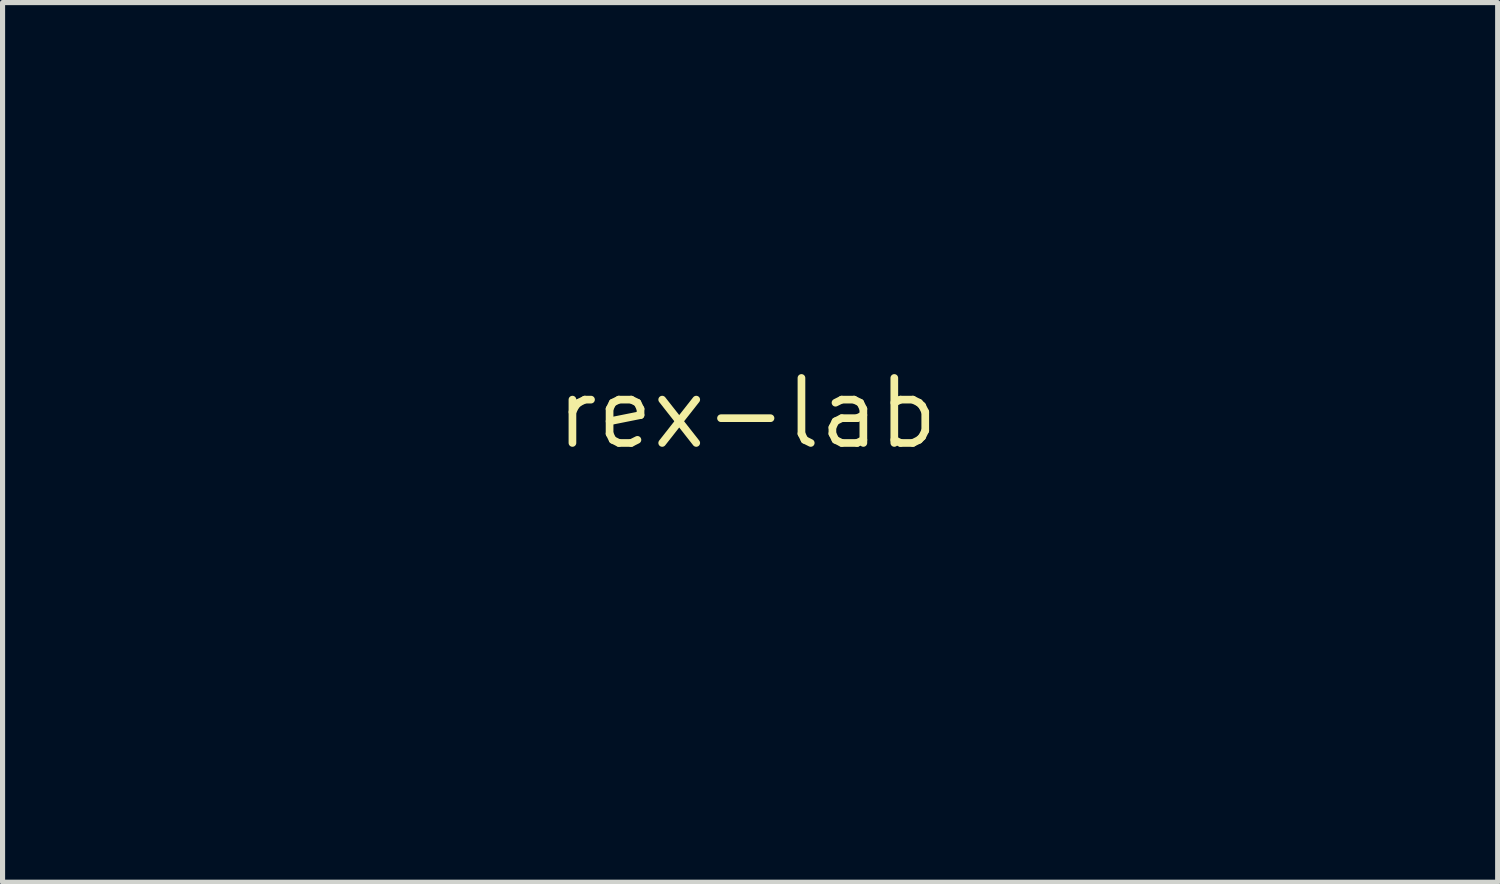
<source format=kicad_pcb>
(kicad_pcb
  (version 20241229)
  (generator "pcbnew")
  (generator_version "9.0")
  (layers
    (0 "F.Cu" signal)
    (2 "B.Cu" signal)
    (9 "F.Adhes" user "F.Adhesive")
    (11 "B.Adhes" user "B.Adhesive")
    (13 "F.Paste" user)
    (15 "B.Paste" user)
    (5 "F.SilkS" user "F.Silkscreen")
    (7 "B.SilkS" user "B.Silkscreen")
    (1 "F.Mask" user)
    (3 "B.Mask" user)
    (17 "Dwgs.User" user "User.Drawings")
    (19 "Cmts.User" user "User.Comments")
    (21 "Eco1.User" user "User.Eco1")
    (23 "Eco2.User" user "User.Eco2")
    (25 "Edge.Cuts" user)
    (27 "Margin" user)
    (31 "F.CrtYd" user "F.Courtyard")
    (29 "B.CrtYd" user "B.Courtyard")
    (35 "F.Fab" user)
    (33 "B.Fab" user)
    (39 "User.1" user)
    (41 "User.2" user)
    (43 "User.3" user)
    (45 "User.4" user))
  (footprint "rex-lab"
    (layer "F.Cu")
    (at 11.553 5.026)
    (property "Reference" "rex-lab" (at 0 0 0) (layer "F.SilkS") (effects (font (size 1.27 1.27) (thickness 0.15))))
    (attr through_hole)
    (fp_poly (pts (xy 1.194 -2.883) (xy 0.572 -2.883) (xy 0.572 -3.289) (xy 1.194 -3.289) (xy 1.194 -2.883)) (stroke (width 0.01) (type solid)) (fill yes) (layer "F.Mask"))
    (fp_poly (pts (xy 7.125 1.143) (xy 6.502 1.143) (xy 6.502 0.737) (xy 7.125 0.737) (xy 7.125 1.143)) (stroke (width 0.01) (type solid)) (fill yes) (layer "F.Mask"))
    (fp_poly (pts (xy -10.058 -4.293) (xy -10.566 -4.293) (xy -10.566 -3.239) (xy -10.058 -3.239) (xy -10.058 -2.527) (xy -10.566 -2.527) (xy -10.566 -1.168) (xy -11.532 -1.168) (xy -11.532 -5.004) (xy -11.205 -5.004) (xy -11.103 -5.004) (xy -10.983 -5.005) (xy -10.852 -5.006) (xy -10.718 -5.008) (xy -10.587 -5.01) (xy -10.468 -5.012) (xy -10.058 -5.021) (xy -10.058 -4.293)) (stroke (width 0.01) (type solid)) (fill yes) (layer "F.Mask"))
    (fp_poly (pts (xy -8.344 1.333) (xy -8.913 1.333) (xy -9.34 0.963) (xy -9.428 0.886) (xy -9.511 0.814) (xy -9.585 0.748) (xy -9.649 0.691) (xy -9.701 0.644) (xy -9.739 0.609) (xy -9.761 0.588) (xy -9.766 0.582) (xy -9.754 0.58) (xy -9.719 0.578) (xy -9.662 0.576) (xy -9.587 0.575) (xy -9.496 0.574) (xy -9.391 0.573) (xy -9.274 0.572) (xy -9.147 0.572) (xy -9.055 0.572) (xy -8.344 0.572) (xy -8.344 1.333)) (stroke (width 0.01) (type solid)) (fill yes) (layer "F.Mask"))
    (fp_poly (pts (xy 7.125 2.016) (xy 7.125 2.187) (xy 7.126 2.334) (xy 7.127 2.461) (xy 7.129 2.568) (xy 7.131 2.658) (xy 7.134 2.733) (xy 7.137 2.794) (xy 7.142 2.845) (xy 7.147 2.887) (xy 7.154 2.923) (xy 7.158 2.942) (xy 7.166 2.972) (xy 6.461 2.972) (xy 6.47 2.931) (xy 6.478 2.874) (xy 6.485 2.796) (xy 6.492 2.699) (xy 6.496 2.587) (xy 6.5 2.464) (xy 6.502 2.332) (xy 6.503 2.195) (xy 6.503 2.056) (xy 6.501 1.919) (xy 6.499 1.788) (xy 6.494 1.665) (xy 6.489 1.554) (xy 6.483 1.458) (xy 6.475 1.381) (xy 6.47 1.349) (xy 6.461 1.295) (xy 7.125 1.295) (xy 7.125 2.016)) (stroke (width 0.01) (type solid)) (fill yes) (layer "F.Mask"))
    (fp_poly (pts (xy 1.194 -2.035) (xy 1.194 -1.866) (xy 1.195 -1.719) (xy 1.196 -1.594) (xy 1.198 -1.488) (xy 1.2 -1.399) (xy 1.203 -1.325) (xy 1.207 -1.264) (xy 1.211 -1.214) (xy 1.217 -1.172) (xy 1.224 -1.137) (xy 1.227 -1.122) (xy 1.235 -1.092) (xy 0.544 -1.092) (xy 0.554 -1.159) (xy 0.557 -1.186) (xy 0.559 -1.236) (xy 0.56 -1.305) (xy 0.562 -1.391) (xy 0.563 -1.49) (xy 0.564 -1.6) (xy 0.565 -1.718) (xy 0.565 -1.84) (xy 0.565 -1.964) (xy 0.565 -2.087) (xy 0.564 -2.206) (xy 0.563 -2.318) (xy 0.562 -2.42) (xy 0.561 -2.508) (xy 0.559 -2.581) (xy 0.557 -2.635) (xy 0.555 -2.668) (xy 0.555 -2.67) (xy 0.544 -2.743) (xy 1.194 -2.743) (xy 1.194 -2.035)) (stroke (width 0.01) (type solid)) (fill yes) (layer "F.Mask"))
    (fp_poly (pts (xy -1.672 1.794) (xy -1.672 1.959) (xy -1.671 2.118) (xy -1.669 2.269) (xy -1.668 2.408) (xy -1.667 2.536) (xy -1.665 2.649) (xy -1.664 2.745) (xy -1.662 2.824) (xy -1.661 2.882) (xy -1.659 2.919) (xy -1.658 2.931) (xy -1.648 2.972) (xy -2.345 2.972) (xy -2.328 2.873) (xy -2.325 2.843) (xy -2.322 2.791) (xy -2.32 2.719) (xy -2.318 2.629) (xy -2.317 2.524) (xy -2.315 2.406) (xy -2.314 2.278) (xy -2.314 2.142) (xy -2.314 2.001) (xy -2.314 1.856) (xy -2.314 1.711) (xy -2.315 1.567) (xy -2.316 1.428) (xy -2.317 1.295) (xy -2.319 1.17) (xy -2.32 1.057) (xy -2.323 0.958) (xy -2.325 0.875) (xy -2.328 0.81) (xy -2.33 0.766) (xy -2.333 0.746) (xy -2.347 0.699) (xy -1.677 0.699) (xy -1.672 1.794)) (stroke (width 0.01) (type solid)) (fill yes) (layer "F.Mask"))
    (fp_poly (pts (xy -5.024 0.238) (xy -5.049 0.276) (xy -5.085 0.332) (xy -5.13 0.403) (xy -5.182 0.484) (xy -5.238 0.572) (xy -5.296 0.663) (xy -5.324 0.708) (xy -5.553 1.067) (xy -6.253 1.066) (xy -6.953 1.066) (xy -7.264 0.614) (xy -7.33 0.519) (xy -7.392 0.429) (xy -7.448 0.348) (xy -7.496 0.277) (xy -7.536 0.219) (xy -7.565 0.176) (xy -7.582 0.151) (xy -7.586 0.145) (xy -7.586 0.14) (xy -7.578 0.136) (xy -7.56 0.133) (xy -7.53 0.131) (xy -7.486 0.13) (xy -7.425 0.129) (xy -7.346 0.129) (xy -7.246 0.129) (xy -7.124 0.13) (xy -7.11 0.13) (xy -6.624 0.133) (xy -6.524 0.318) (xy -6.48 0.397) (xy -6.432 0.485) (xy -6.385 0.573) (xy -6.343 0.65) (xy -6.334 0.665) (xy -6.246 0.828) (xy -5.866 0.127) (xy -4.953 0.127) (xy -5.024 0.238)) (stroke (width 0.01) (type solid)) (fill yes) (layer "F.Mask"))
    (fp_poly (pts (xy -8.204 -0.102) (xy -10.376 -0.102) (xy -10.376 -0.025) (xy -10.377 0.015) (xy -10.381 0.042) (xy -10.385 0.05) (xy -10.397 0.042) (xy -10.425 0.018) (xy -10.469 -0.019) (xy -10.526 -0.068) (xy -10.596 -0.128) (xy -10.675 -0.197) (xy -10.763 -0.273) (xy -10.858 -0.355) (xy -10.899 -0.391) (xy -10.996 -0.476) (xy -11.087 -0.556) (xy -11.171 -0.629) (xy -11.246 -0.695) (xy -11.31 -0.751) (xy -11.361 -0.796) (xy -11.397 -0.828) (xy -11.416 -0.845) (xy -11.419 -0.848) (xy -11.417 -0.85) (xy -11.405 -0.852) (xy -11.383 -0.854) (xy -11.348 -0.856) (xy -11.3 -0.857) (xy -11.238 -0.859) (xy -11.161 -0.86) (xy -11.067 -0.861) (xy -10.956 -0.862) (xy -10.826 -0.862) (xy -10.677 -0.863) (xy -10.506 -0.863) (xy -10.314 -0.863) (xy -10.099 -0.864) (xy -9.859 -0.864) (xy -9.82 -0.864) (xy -8.204 -0.864) (xy -8.204 -0.102)) (stroke (width 0.01) (type solid)) (fill yes) (layer "F.Mask"))
    (fp_poly (pts (xy -11.489 -0.398) (xy -11.462 -0.376) (xy -11.421 -0.341) (xy -11.37 -0.296) (xy -11.31 -0.244) (xy -11.274 -0.213) (xy -11.159 -0.111) (xy -11.026 0.006) (xy -10.876 0.136) (xy -10.711 0.279) (xy -10.533 0.434) (xy -10.342 0.599) (xy -10.14 0.772) (xy -9.954 0.932) (xy -9.863 1.01) (xy -9.779 1.083) (xy -9.703 1.149) (xy -9.637 1.207) (xy -9.583 1.255) (xy -9.543 1.291) (xy -9.519 1.314) (xy -9.512 1.322) (xy -9.525 1.325) (xy -9.56 1.327) (xy -9.615 1.33) (xy -9.688 1.331) (xy -9.776 1.333) (xy -9.876 1.333) (xy -9.95 1.333) (xy -10.389 1.333) (xy -10.389 2.235) (xy -8.456 2.235) (xy -8.015 2.61) (xy -8.014 2.997) (xy -11.506 2.997) (xy -11.506 1.295) (xy -11.506 1.09) (xy -11.506 0.891) (xy -11.506 0.701) (xy -11.505 0.521) (xy -11.505 0.353) (xy -11.505 0.197) (xy -11.504 0.056) (xy -11.504 -0.069) (xy -11.503 -0.176) (xy -11.502 -0.265) (xy -11.502 -0.334) (xy -11.501 -0.38) (xy -11.5 -0.404) (xy -11.5 -0.406) (xy -11.489 -0.398)) (stroke (width 0.01) (type solid)) (fill yes) (layer "F.Mask"))
    (fp_poly (pts (xy -10.79 3.902) (xy -10.8 3.934) (xy -10.811 3.973) (xy -10.812 3.975) (xy -10.815 3.997) (xy -10.817 4.044) (xy -10.82 4.113) (xy -10.822 4.206) (xy -10.824 4.319) (xy -10.826 4.453) (xy -10.827 4.607) (xy -10.829 4.779) (xy -10.83 4.937) (xy -10.834 5.855) (xy -10.354 5.854) (xy -10.223 5.854) (xy -10.114 5.853) (xy -10.023 5.852) (xy -9.948 5.85) (xy -9.886 5.846) (xy -9.832 5.842) (xy -9.783 5.836) (xy -9.737 5.828) (xy -9.69 5.818) (xy -9.651 5.809) (xy -9.617 5.802) (xy -9.64 5.939) (xy -9.651 6) (xy -9.66 6.056) (xy -9.668 6.099) (xy -9.671 6.118) (xy -9.679 6.16) (xy -11.548 6.16) (xy -11.54 6.118) (xy -11.534 6.082) (xy -11.525 6.034) (xy -11.52 6.001) (xy -11.517 5.972) (xy -11.514 5.918) (xy -11.512 5.841) (xy -11.51 5.742) (xy -11.509 5.621) (xy -11.508 5.481) (xy -11.507 5.321) (xy -11.506 5.142) (xy -11.506 5.016) (xy -11.507 4.827) (xy -11.507 4.655) (xy -11.508 4.501) (xy -11.509 4.367) (xy -11.511 4.254) (xy -11.513 4.163) (xy -11.515 4.094) (xy -11.518 4.048) (xy -11.52 4.032) (xy -11.528 3.983) (xy -11.536 3.937) (xy -11.54 3.915) (xy -11.548 3.873) (xy -10.781 3.873) (xy -10.79 3.902)) (stroke (width 0.01) (type solid)) (fill yes) (layer "F.Mask"))
    (fp_poly (pts (xy -5.81 1.448) (xy -5.338 2.188) (xy -5.259 2.312) (xy -5.183 2.431) (xy -5.113 2.541) (xy -5.049 2.643) (xy -4.992 2.733) (xy -4.944 2.809) (xy -4.905 2.871) (xy -4.877 2.917) (xy -4.861 2.943) (xy -4.857 2.95) (xy -4.856 2.956) (xy -4.86 2.96) (xy -4.871 2.964) (xy -4.892 2.967) (xy -4.924 2.969) (xy -4.971 2.97) (xy -5.034 2.971) (xy -5.117 2.971) (xy -5.221 2.972) (xy -5.298 2.972) (xy -5.747 2.971) (xy -5.993 2.533) (xy -6.047 2.437) (xy -6.097 2.348) (xy -6.143 2.269) (xy -6.182 2.202) (xy -6.213 2.15) (xy -6.234 2.114) (xy -6.246 2.097) (xy -6.247 2.096) (xy -6.255 2.106) (xy -6.274 2.137) (xy -6.303 2.184) (xy -6.34 2.247) (xy -6.385 2.322) (xy -6.435 2.408) (xy -6.49 2.502) (xy -6.509 2.534) (xy -6.763 2.972) (xy -7.229 2.972) (xy -7.336 2.972) (xy -7.433 2.971) (xy -7.519 2.97) (xy -7.592 2.97) (xy -7.647 2.968) (xy -7.683 2.967) (xy -7.696 2.966) (xy -7.696 2.966) (xy -7.69 2.954) (xy -7.671 2.923) (xy -7.641 2.875) (xy -7.602 2.811) (xy -7.554 2.734) (xy -7.5 2.647) (xy -7.439 2.55) (xy -7.374 2.446) (xy -7.368 2.436) (xy -7.282 2.3) (xy -7.198 2.168) (xy -7.117 2.041) (xy -7.04 1.922) (xy -6.969 1.812) (xy -6.904 1.714) (xy -6.847 1.629) (xy -6.799 1.559) (xy -6.762 1.507) (xy -6.737 1.474) (xy -6.734 1.47) (xy -6.727 1.464) (xy -6.716 1.459) (xy -6.699 1.456) (xy -6.673 1.453) (xy -6.635 1.451) (xy -6.582 1.449) (xy -6.514 1.448) (xy -6.426 1.448) (xy -6.316 1.448) (xy -6.262 1.448) (xy -5.81 1.448)) (stroke (width 0.01) (type solid)) (fill yes) (layer "F.Mask"))
    (fp_poly (pts (xy -0.396 -3.148) (xy -0.389 -3.141) (xy -0.385 -3.124) (xy -0.383 -3.094) (xy -0.381 -3.048) (xy -0.381 -2.981) (xy -0.381 -2.946) (xy -0.381 -2.743) (xy 0.216 -2.743) (xy 0.216 -2.489) (xy -0.381 -2.489) (xy -0.381 -1.991) (xy -0.381 -1.857) (xy -0.38 -1.739) (xy -0.378 -1.638) (xy -0.376 -1.556) (xy -0.373 -1.495) (xy -0.37 -1.456) (xy -0.368 -1.445) (xy -0.357 -1.416) (xy -0.342 -1.394) (xy -0.319 -1.379) (xy -0.285 -1.369) (xy -0.235 -1.363) (xy -0.167 -1.36) (xy -0.077 -1.359) (xy -0.074 -1.359) (xy 0.066 -1.362) (xy 0.185 -1.369) (xy 0.282 -1.381) (xy 0.337 -1.392) (xy 0.365 -1.399) (xy 0.341 -1.274) (xy 0.331 -1.218) (xy 0.321 -1.168) (xy 0.314 -1.132) (xy 0.311 -1.121) (xy 0.304 -1.092) (xy -0.188 -1.093) (xy -0.315 -1.093) (xy -0.419 -1.093) (xy -0.504 -1.094) (xy -0.571 -1.095) (xy -0.623 -1.097) (xy -0.663 -1.1) (xy -0.694 -1.103) (xy -0.717 -1.108) (xy -0.737 -1.113) (xy -0.744 -1.115) (xy -0.819 -1.149) (xy -0.878 -1.196) (xy -0.927 -1.26) (xy -0.956 -1.317) (xy -0.963 -1.332) (xy -0.968 -1.348) (xy -0.973 -1.366) (xy -0.977 -1.39) (xy -0.98 -1.421) (xy -0.982 -1.463) (xy -0.984 -1.517) (xy -0.985 -1.586) (xy -0.986 -1.673) (xy -0.987 -1.78) (xy -0.988 -1.909) (xy -0.988 -1.934) (xy -0.992 -2.489) (xy -1.308 -2.489) (xy -1.308 -2.743) (xy -0.991 -2.743) (xy -0.991 -3.071) (xy -0.956 -3.078) (xy -0.93 -3.083) (xy -0.885 -3.089) (xy -0.826 -3.097) (xy -0.757 -3.107) (xy -0.684 -3.116) (xy -0.61 -3.126) (xy -0.54 -3.134) (xy -0.481 -3.142) (xy -0.435 -3.147) (xy -0.408 -3.149) (xy -0.404 -3.15) (xy -0.396 -3.148)) (stroke (width 0.01) (type solid)) (fill yes) (layer "F.Mask"))
    (fp_poly (pts (xy 2.223 1.679) (xy 2.188 1.672) (xy 2.132 1.663) (xy 2.058 1.655) (xy 1.971 1.648) (xy 1.879 1.643) (xy 1.787 1.64) (xy 1.703 1.64) (xy 1.683 1.64) (xy 1.613 1.642) (xy 1.564 1.645) (xy 1.531 1.648) (xy 1.51 1.654) (xy 1.496 1.662) (xy 1.485 1.674) (xy 1.485 1.675) (xy 1.479 1.683) (xy 1.474 1.694) (xy 1.47 1.71) (xy 1.467 1.733) (xy 1.464 1.766) (xy 1.463 1.811) (xy 1.462 1.871) (xy 1.461 1.948) (xy 1.461 2.044) (xy 1.461 2.162) (xy 1.461 2.221) (xy 1.461 2.372) (xy 1.462 2.501) (xy 1.464 2.609) (xy 1.467 2.699) (xy 1.471 2.773) (xy 1.476 2.835) (xy 1.483 2.885) (xy 1.49 2.927) (xy 1.494 2.942) (xy 1.501 2.972) (xy 0.797 2.972) (xy 0.805 2.931) (xy 0.814 2.874) (xy 0.821 2.796) (xy 0.827 2.699) (xy 0.832 2.588) (xy 0.836 2.464) (xy 0.838 2.332) (xy 0.839 2.195) (xy 0.838 2.056) (xy 0.837 1.919) (xy 0.834 1.787) (xy 0.83 1.664) (xy 0.825 1.553) (xy 0.818 1.457) (xy 0.811 1.38) (xy 0.805 1.343) (xy 0.797 1.295) (xy 1.1 1.298) (xy 1.197 1.3) (xy 1.271 1.301) (xy 1.326 1.303) (xy 1.364 1.306) (xy 1.388 1.309) (xy 1.401 1.314) (xy 1.405 1.32) (xy 1.406 1.321) (xy 1.409 1.345) (xy 1.415 1.382) (xy 1.416 1.39) (xy 1.424 1.44) (xy 1.444 1.399) (xy 1.471 1.363) (xy 1.511 1.333) (xy 1.516 1.33) (xy 1.534 1.321) (xy 1.552 1.314) (xy 1.575 1.309) (xy 1.605 1.306) (xy 1.646 1.303) (xy 1.702 1.301) (xy 1.776 1.299) (xy 1.871 1.298) (xy 1.895 1.298) (xy 2.223 1.294) (xy 2.223 1.679)) (stroke (width 0.01) (type solid)) (fill yes) (layer "F.Mask"))
    (fp_poly (pts (xy 5.517 0.888) (xy 5.52 0.922) (xy 5.523 0.972) (xy 5.524 1.035) (xy 5.524 1.086) (xy 5.524 1.295) (xy 6.121 1.295) (xy 6.121 1.562) (xy 5.524 1.562) (xy 5.524 2.075) (xy 5.525 2.221) (xy 5.526 2.346) (xy 5.528 2.45) (xy 5.53 2.53) (xy 5.533 2.588) (xy 5.537 2.621) (xy 5.538 2.626) (xy 5.55 2.652) (xy 5.567 2.672) (xy 5.593 2.687) (xy 5.631 2.697) (xy 5.683 2.702) (xy 5.753 2.704) (xy 5.844 2.703) (xy 5.885 2.702) (xy 5.967 2.699) (xy 6.044 2.695) (xy 6.112 2.69) (xy 6.165 2.685) (xy 6.195 2.68) (xy 6.234 2.673) (xy 6.262 2.67) (xy 6.27 2.672) (xy 6.272 2.68) (xy 6.271 2.699) (xy 6.266 2.733) (xy 6.258 2.783) (xy 6.244 2.854) (xy 6.234 2.905) (xy 6.221 2.972) (xy 5.711 2.971) (xy 5.583 2.971) (xy 5.477 2.971) (xy 5.392 2.97) (xy 5.324 2.969) (xy 5.271 2.967) (xy 5.23 2.965) (xy 5.2 2.962) (xy 5.176 2.958) (xy 5.157 2.953) (xy 5.139 2.947) (xy 5.138 2.946) (xy 5.069 2.908) (xy 5.005 2.851) (xy 4.954 2.783) (xy 4.938 2.751) (xy 4.931 2.735) (xy 4.925 2.719) (xy 4.92 2.701) (xy 4.917 2.678) (xy 4.914 2.648) (xy 4.911 2.609) (xy 4.909 2.557) (xy 4.908 2.49) (xy 4.907 2.407) (xy 4.906 2.304) (xy 4.905 2.179) (xy 4.905 2.124) (xy 4.901 1.562) (xy 4.572 1.562) (xy 4.572 1.295) (xy 4.902 1.295) (xy 4.902 1.124) (xy 4.903 1.052) (xy 4.905 1.002) (xy 4.908 0.971) (xy 4.913 0.956) (xy 4.919 0.953) (xy 4.936 0.951) (xy 4.974 0.946) (xy 5.03 0.939) (xy 5.1 0.93) (xy 5.179 0.92) (xy 5.22 0.914) (xy 5.302 0.903) (xy 5.376 0.894) (xy 5.437 0.886) (xy 5.483 0.88) (xy 5.509 0.877) (xy 5.514 0.876) (xy 5.517 0.888)) (stroke (width 0.01) (type solid)) (fill yes) (layer "F.Mask"))
    (fp_poly (pts (xy -9.554 -4.999) (xy -9.347 -4.979) (xy -9.156 -4.942) (xy -8.98 -4.889) (xy -8.821 -4.821) (xy -8.68 -4.738) (xy -8.557 -4.64) (xy -8.454 -4.529) (xy -8.372 -4.405) (xy -8.32 -4.294) (xy -8.287 -4.2) (xy -8.263 -4.112) (xy -8.248 -4.023) (xy -8.24 -3.926) (xy -8.237 -3.811) (xy -8.237 -3.797) (xy -8.244 -3.628) (xy -8.263 -3.479) (xy -8.297 -3.347) (xy -8.345 -3.23) (xy -8.408 -3.125) (xy -8.488 -3.031) (xy -8.507 -3.013) (xy -8.572 -2.957) (xy -8.654 -2.896) (xy -8.747 -2.834) (xy -8.845 -2.776) (xy -8.894 -2.75) (xy -8.938 -2.726) (xy -8.972 -2.705) (xy -8.99 -2.691) (xy -8.991 -2.688) (xy -8.985 -2.676) (xy -8.968 -2.643) (xy -8.94 -2.592) (xy -8.902 -2.524) (xy -8.856 -2.441) (xy -8.803 -2.346) (xy -8.743 -2.239) (xy -8.678 -2.124) (xy -8.609 -2.001) (xy -8.572 -1.937) (xy -8.501 -1.81) (xy -8.433 -1.69) (xy -8.37 -1.578) (xy -8.313 -1.476) (xy -8.262 -1.385) (xy -8.219 -1.309) (xy -8.185 -1.248) (xy -8.161 -1.204) (xy -8.148 -1.18) (xy -8.146 -1.176) (xy -8.146 -1.171) (xy -8.152 -1.167) (xy -8.166 -1.163) (xy -8.19 -1.161) (xy -8.227 -1.159) (xy -8.278 -1.158) (xy -8.346 -1.157) (xy -8.433 -1.156) (xy -8.541 -1.156) (xy -8.665 -1.156) (xy -9.193 -1.156) (xy -9.218 -1.197) (xy -9.23 -1.217) (xy -9.252 -1.257) (xy -9.284 -1.313) (xy -9.324 -1.384) (xy -9.37 -1.465) (xy -9.42 -1.554) (xy -9.473 -1.648) (xy -9.703 -2.059) (xy -9.703 -2.655) (xy -9.703 -2.775) (xy -9.702 -2.888) (xy -9.701 -2.989) (xy -9.7 -3.078) (xy -9.699 -3.151) (xy -9.697 -3.206) (xy -9.695 -3.24) (xy -9.693 -3.251) (xy -9.677 -3.254) (xy -9.643 -3.261) (xy -9.6 -3.269) (xy -9.484 -3.305) (xy -9.387 -3.357) (xy -9.309 -3.425) (xy -9.25 -3.509) (xy -9.212 -3.607) (xy -9.196 -3.719) (xy -9.195 -3.752) (xy -9.205 -3.876) (xy -9.235 -3.984) (xy -9.284 -4.076) (xy -9.353 -4.152) (xy -9.44 -4.211) (xy -9.546 -4.252) (xy -9.615 -4.268) (xy -9.703 -4.284) (xy -9.703 -5.008) (xy -9.554 -4.999)) (stroke (width 0.01) (type solid)) (fill yes) (layer "F.Mask"))
    (fp_poly (pts (xy 3.162 -2.652) (xy 3.171 -2.597) (xy 3.181 -2.545) (xy 3.188 -2.509) (xy 3.194 -2.476) (xy 3.196 -2.457) (xy 3.196 -2.455) (xy 3.183 -2.455) (xy 3.15 -2.457) (xy 3.103 -2.462) (xy 3.066 -2.465) (xy 3.021 -2.468) (xy 2.954 -2.471) (xy 2.872 -2.473) (xy 2.777 -2.474) (xy 2.674 -2.475) (xy 2.568 -2.474) (xy 2.535 -2.474) (xy 2.131 -2.47) (xy 2.107 -2.44) (xy 2.101 -2.431) (xy 2.096 -2.42) (xy 2.092 -2.404) (xy 2.089 -2.38) (xy 2.087 -2.347) (xy 2.085 -2.301) (xy 2.084 -2.24) (xy 2.083 -2.162) (xy 2.083 -2.064) (xy 2.083 -1.944) (xy 2.083 -1.911) (xy 2.083 -1.412) (xy 2.117 -1.384) (xy 2.126 -1.378) (xy 2.137 -1.372) (xy 2.151 -1.368) (xy 2.17 -1.364) (xy 2.199 -1.362) (xy 2.238 -1.361) (xy 2.291 -1.36) (xy 2.36 -1.36) (xy 2.448 -1.36) (xy 2.557 -1.361) (xy 2.647 -1.362) (xy 2.758 -1.364) (xy 2.862 -1.365) (xy 2.956 -1.367) (xy 3.037 -1.37) (xy 3.101 -1.372) (xy 3.147 -1.375) (xy 3.171 -1.377) (xy 3.173 -1.378) (xy 3.195 -1.383) (xy 3.199 -1.373) (xy 3.196 -1.364) (xy 3.191 -1.341) (xy 3.183 -1.301) (xy 3.174 -1.248) (xy 3.168 -1.216) (xy 3.147 -1.092) (xy 2.459 -1.093) (xy 2.328 -1.094) (xy 2.204 -1.095) (xy 2.089 -1.096) (xy 1.986 -1.097) (xy 1.897 -1.098) (xy 1.825 -1.1) (xy 1.772 -1.102) (xy 1.74 -1.104) (xy 1.734 -1.105) (xy 1.644 -1.139) (xy 1.571 -1.191) (xy 1.517 -1.262) (xy 1.496 -1.306) (xy 1.489 -1.324) (xy 1.483 -1.342) (xy 1.478 -1.361) (xy 1.475 -1.386) (xy 1.472 -1.417) (xy 1.47 -1.458) (xy 1.468 -1.512) (xy 1.468 -1.58) (xy 1.467 -1.666) (xy 1.467 -1.772) (xy 1.467 -1.901) (xy 1.467 -1.911) (xy 1.467 -2.053) (xy 1.467 -2.173) (xy 1.469 -2.271) (xy 1.471 -2.352) (xy 1.475 -2.417) (xy 1.481 -2.468) (xy 1.489 -2.509) (xy 1.499 -2.542) (xy 1.512 -2.569) (xy 1.528 -2.592) (xy 1.548 -2.615) (xy 1.568 -2.635) (xy 1.589 -2.656) (xy 1.608 -2.673) (xy 1.627 -2.688) (xy 1.649 -2.701) (xy 1.676 -2.711) (xy 1.71 -2.719) (xy 1.753 -2.725) (xy 1.807 -2.73) (xy 1.874 -2.733) (xy 1.956 -2.736) (xy 2.055 -2.737) (xy 2.174 -2.739) (xy 2.315 -2.74) (xy 2.447 -2.74) (xy 3.147 -2.744) (xy 3.162 -2.652)) (stroke (width 0.01) (type solid)) (fill yes) (layer "F.Mask"))
    (fp_poly (pts (xy -2.068 -2.741) (xy -1.964 -2.739) (xy -1.883 -2.737) (xy -1.824 -2.734) (xy -1.789 -2.73) (xy -1.698 -2.705) (xy -1.625 -2.663) (xy -1.568 -2.604) (xy -1.551 -2.576) (xy -1.535 -2.546) (xy -1.522 -2.515) (xy -1.511 -2.48) (xy -1.503 -2.439) (xy -1.496 -2.39) (xy -1.492 -2.328) (xy -1.489 -2.253) (xy -1.488 -2.162) (xy -1.488 -2.051) (xy -1.488 -1.918) (xy -1.489 -1.859) (xy -1.49 -1.725) (xy -1.492 -1.614) (xy -1.494 -1.522) (xy -1.498 -1.449) (xy -1.503 -1.39) (xy -1.51 -1.343) (xy -1.52 -1.306) (xy -1.532 -1.276) (xy -1.548 -1.25) (xy -1.568 -1.226) (xy -1.591 -1.201) (xy -1.599 -1.194) (xy -1.62 -1.173) (xy -1.64 -1.155) (xy -1.661 -1.14) (xy -1.686 -1.128) (xy -1.715 -1.118) (xy -1.752 -1.11) (xy -1.798 -1.104) (xy -1.856 -1.099) (xy -1.928 -1.096) (xy -2.015 -1.094) (xy -2.12 -1.093) (xy -2.246 -1.093) (xy -2.393 -1.093) (xy -2.484 -1.093) (xy -2.633 -1.093) (xy -2.759 -1.093) (xy -2.864 -1.094) (xy -2.951 -1.094) (xy -3.021 -1.096) (xy -3.076 -1.097) (xy -3.12 -1.099) (xy -3.153 -1.102) (xy -3.179 -1.105) (xy -3.199 -1.109) (xy -3.216 -1.114) (xy -3.222 -1.116) (xy -3.301 -1.152) (xy -3.361 -1.202) (xy -3.407 -1.269) (xy -3.412 -1.279) (xy -3.448 -1.353) (xy -3.452 -1.891) (xy -3.452 -2.004) (xy -2.843 -2.004) (xy -2.842 -1.882) (xy -2.838 -1.407) (xy -2.808 -1.383) (xy -2.797 -1.375) (xy -2.783 -1.37) (xy -2.762 -1.365) (xy -2.732 -1.362) (xy -2.688 -1.36) (xy -2.629 -1.359) (xy -2.549 -1.359) (xy -2.475 -1.359) (xy -2.171 -1.359) (xy -2.108 -1.421) (xy -2.108 -1.916) (xy -2.108 -2.041) (xy -2.109 -2.144) (xy -2.109 -2.226) (xy -2.11 -2.29) (xy -2.112 -2.339) (xy -2.114 -2.375) (xy -2.117 -2.4) (xy -2.12 -2.418) (xy -2.125 -2.43) (xy -2.131 -2.439) (xy -2.132 -2.44) (xy -2.141 -2.45) (xy -2.151 -2.457) (xy -2.166 -2.463) (xy -2.189 -2.467) (xy -2.225 -2.469) (xy -2.275 -2.471) (xy -2.343 -2.473) (xy -2.434 -2.474) (xy -2.436 -2.474) (xy -2.544 -2.475) (xy -2.63 -2.475) (xy -2.696 -2.472) (xy -2.745 -2.467) (xy -2.78 -2.459) (xy -2.804 -2.448) (xy -2.82 -2.432) (xy -2.83 -2.412) (xy -2.832 -2.403) (xy -2.837 -2.374) (xy -2.84 -2.32) (xy -2.842 -2.24) (xy -2.843 -2.135) (xy -2.843 -2.004) (xy -3.452 -2.004) (xy -3.453 -2.025) (xy -3.453 -2.136) (xy -3.453 -2.226) (xy -3.452 -2.299) (xy -3.451 -2.356) (xy -3.449 -2.4) (xy -3.446 -2.435) (xy -3.443 -2.461) (xy -3.438 -2.483) (xy -3.434 -2.498) (xy -3.397 -2.576) (xy -3.34 -2.644) (xy -3.269 -2.696) (xy -3.249 -2.707) (xy -3.181 -2.737) (xy -2.528 -2.741) (xy -2.35 -2.741) (xy -2.197 -2.741) (xy -2.068 -2.741)) (stroke (width 0.01) (type solid)) (fill yes) (layer "F.Mask"))
    (fp_poly (pts (xy -0.304 1.295) (xy -0.184 1.296) (xy -0.07 1.297) (xy 0.035 1.298) (xy 0.127 1.3) (xy 0.205 1.303) (xy 0.265 1.306) (xy 0.304 1.309) (xy 0.311 1.31) (xy 0.396 1.337) (xy 0.464 1.381) (xy 0.519 1.445) (xy 0.546 1.491) (xy 0.591 1.579) (xy 0.591 2.126) (xy 0.59 2.27) (xy 0.59 2.39) (xy 0.589 2.491) (xy 0.587 2.573) (xy 0.583 2.639) (xy 0.577 2.692) (xy 0.57 2.734) (xy 0.56 2.768) (xy 0.547 2.795) (xy 0.531 2.819) (xy 0.511 2.842) (xy 0.488 2.866) (xy 0.484 2.87) (xy 0.463 2.891) (xy 0.443 2.908) (xy 0.423 2.923) (xy 0.401 2.936) (xy 0.373 2.946) (xy 0.339 2.954) (xy 0.296 2.96) (xy 0.242 2.964) (xy 0.174 2.968) (xy 0.092 2.97) (xy -0.008 2.971) (xy -0.127 2.971) (xy -0.268 2.971) (xy -0.411 2.971) (xy -0.565 2.971) (xy -0.695 2.97) (xy -0.804 2.97) (xy -0.895 2.969) (xy -0.968 2.968) (xy -1.027 2.966) (xy -1.073 2.964) (xy -1.108 2.961) (xy -1.135 2.958) (xy -1.156 2.954) (xy -1.173 2.95) (xy -1.175 2.949) (xy -1.243 2.915) (xy -1.305 2.861) (xy -1.355 2.795) (xy -1.379 2.742) (xy -1.385 2.724) (xy -1.39 2.704) (xy -1.394 2.68) (xy -1.397 2.649) (xy -1.399 2.608) (xy -1.401 2.556) (xy -1.402 2.49) (xy -1.403 2.407) (xy -1.403 2.304) (xy -1.403 2.179) (xy -1.403 2.139) (xy -0.775 2.139) (xy -0.775 2.652) (xy -0.741 2.679) (xy -0.729 2.687) (xy -0.716 2.693) (xy -0.696 2.698) (xy -0.668 2.701) (xy -0.628 2.703) (xy -0.573 2.705) (xy -0.499 2.705) (xy -0.406 2.705) (xy -0.311 2.705) (xy -0.237 2.704) (xy -0.183 2.703) (xy -0.143 2.701) (xy -0.116 2.698) (xy -0.097 2.693) (xy -0.083 2.687) (xy -0.072 2.679) (xy -0.038 2.652) (xy -0.038 1.614) (xy -0.066 1.595) (xy -0.079 1.588) (xy -0.098 1.583) (xy -0.128 1.58) (xy -0.17 1.577) (xy -0.228 1.576) (xy -0.306 1.575) (xy -0.406 1.575) (xy -0.409 1.575) (xy -0.507 1.575) (xy -0.583 1.575) (xy -0.639 1.576) (xy -0.68 1.578) (xy -0.708 1.581) (xy -0.727 1.586) (xy -0.739 1.591) (xy -0.748 1.599) (xy -0.749 1.6) (xy -0.756 1.607) (xy -0.761 1.617) (xy -0.765 1.63) (xy -0.768 1.651) (xy -0.771 1.681) (xy -0.772 1.722) (xy -0.773 1.778) (xy -0.774 1.851) (xy -0.775 1.942) (xy -0.775 2.055) (xy -0.775 2.139) (xy -1.403 2.139) (xy -1.403 2.126) (xy -1.403 1.579) (xy -1.359 1.491) (xy -1.31 1.414) (xy -1.249 1.36) (xy -1.174 1.323) (xy -1.124 1.31) (xy -1.093 1.307) (xy -1.039 1.304) (xy -0.967 1.301) (xy -0.878 1.299) (xy -0.777 1.297) (xy -0.665 1.296) (xy -0.547 1.295) (xy -0.426 1.295) (xy -0.304 1.295)) (stroke (width 0.01) (type solid)) (fill yes) (layer "F.Mask"))
    (fp_poly (pts (xy 8.549 1.302) (xy 8.679 1.302) (xy 8.789 1.302) (xy 8.879 1.303) (xy 8.953 1.304) (xy 9.011 1.305) (xy 9.057 1.307) (xy 9.093 1.309) (xy 9.12 1.312) (xy 9.141 1.316) (xy 9.158 1.32) (xy 9.172 1.325) (xy 9.175 1.326) (xy 9.255 1.37) (xy 9.32 1.433) (xy 9.362 1.502) (xy 9.369 1.518) (xy 9.375 1.535) (xy 9.38 1.553) (xy 9.384 1.575) (xy 9.387 1.605) (xy 9.389 1.645) (xy 9.391 1.696) (xy 9.392 1.762) (xy 9.393 1.845) (xy 9.394 1.948) (xy 9.395 2.074) (xy 9.395 2.113) (xy 9.396 2.255) (xy 9.397 2.374) (xy 9.396 2.473) (xy 9.395 2.554) (xy 9.392 2.62) (xy 9.387 2.672) (xy 9.381 2.714) (xy 9.373 2.747) (xy 9.363 2.775) (xy 9.35 2.8) (xy 9.334 2.824) (xy 9.322 2.841) (xy 9.27 2.893) (xy 9.21 2.93) (xy 9.138 2.965) (xy 8.42 2.968) (xy 8.266 2.969) (xy 8.135 2.969) (xy 8.025 2.969) (xy 7.934 2.969) (xy 7.86 2.968) (xy 7.801 2.967) (xy 7.754 2.966) (xy 7.718 2.964) (xy 7.691 2.961) (xy 7.669 2.957) (xy 7.652 2.953) (xy 7.637 2.948) (xy 7.56 2.913) (xy 7.501 2.866) (xy 7.456 2.804) (xy 7.425 2.725) (xy 7.405 2.625) (xy 7.403 2.603) (xy 7.399 2.554) (xy 7.396 2.482) (xy 7.394 2.392) (xy 7.393 2.285) (xy 7.393 2.165) (xy 7.394 2.14) (xy 8.026 2.14) (xy 8.027 2.286) (xy 8.028 2.408) (xy 8.03 2.507) (xy 8.032 2.581) (xy 8.035 2.63) (xy 8.039 2.654) (xy 8.04 2.656) (xy 8.063 2.681) (xy 8.081 2.693) (xy 8.101 2.696) (xy 8.143 2.698) (xy 8.202 2.7) (xy 8.275 2.701) (xy 8.358 2.702) (xy 8.416 2.701) (xy 8.514 2.7) (xy 8.589 2.699) (xy 8.645 2.697) (xy 8.685 2.695) (xy 8.712 2.691) (xy 8.73 2.687) (xy 8.742 2.68) (xy 8.747 2.676) (xy 8.752 2.669) (xy 8.757 2.658) (xy 8.761 2.641) (xy 8.764 2.615) (xy 8.766 2.579) (xy 8.768 2.529) (xy 8.77 2.463) (xy 8.771 2.379) (xy 8.772 2.275) (xy 8.773 2.148) (xy 8.774 2.022) (xy 8.774 1.918) (xy 8.775 1.835) (xy 8.774 1.769) (xy 8.773 1.72) (xy 8.771 1.683) (xy 8.769 1.656) (xy 8.765 1.638) (xy 8.761 1.625) (xy 8.755 1.616) (xy 8.75 1.609) (xy 8.723 1.575) (xy 8.403 1.575) (xy 8.315 1.575) (xy 8.235 1.576) (xy 8.167 1.578) (xy 8.114 1.58) (xy 8.081 1.582) (xy 8.07 1.585) (xy 8.059 1.593) (xy 8.05 1.605) (xy 8.043 1.623) (xy 8.038 1.648) (xy 8.033 1.684) (xy 8.03 1.733) (xy 8.028 1.797) (xy 8.027 1.879) (xy 8.027 1.98) (xy 8.026 2.104) (xy 8.026 2.14) (xy 7.394 2.14) (xy 7.395 2.045) (xy 7.396 1.925) (xy 7.398 1.827) (xy 7.4 1.749) (xy 7.402 1.688) (xy 7.405 1.64) (xy 7.409 1.604) (xy 7.413 1.576) (xy 7.419 1.553) (xy 7.423 1.539) (xy 7.463 1.46) (xy 7.521 1.392) (xy 7.592 1.341) (xy 7.61 1.332) (xy 7.677 1.302) (xy 8.395 1.302) (xy 8.549 1.302)) (stroke (width 0.01) (type solid)) (fill yes) (layer "F.Mask"))
    (fp_poly (pts (xy 10.236 1.35) (xy 10.238 1.393) (xy 10.246 1.411) (xy 10.259 1.406) (xy 10.279 1.381) (xy 10.294 1.36) (xy 10.308 1.342) (xy 10.325 1.328) (xy 10.347 1.317) (xy 10.377 1.309) (xy 10.416 1.304) (xy 10.468 1.3) (xy 10.535 1.298) (xy 10.619 1.297) (xy 10.724 1.297) (xy 10.85 1.298) (xy 10.871 1.298) (xy 10.994 1.299) (xy 11.094 1.3) (xy 11.174 1.301) (xy 11.237 1.303) (xy 11.285 1.305) (xy 11.322 1.307) (xy 11.349 1.311) (xy 11.371 1.315) (xy 11.389 1.321) (xy 11.406 1.328) (xy 11.414 1.332) (xy 11.491 1.38) (xy 11.552 1.449) (xy 11.587 1.511) (xy 11.593 1.525) (xy 11.599 1.539) (xy 11.603 1.558) (xy 11.606 1.581) (xy 11.609 1.613) (xy 11.612 1.655) (xy 11.614 1.709) (xy 11.616 1.777) (xy 11.617 1.862) (xy 11.619 1.967) (xy 11.621 2.093) (xy 11.622 2.21) (xy 11.624 2.366) (xy 11.627 2.505) (xy 11.63 2.626) (xy 11.633 2.726) (xy 11.636 2.806) (xy 11.639 2.863) (xy 11.643 2.896) (xy 11.644 2.902) (xy 11.653 2.936) (xy 11.658 2.959) (xy 11.658 2.962) (xy 11.646 2.965) (xy 11.612 2.967) (xy 11.559 2.969) (xy 11.49 2.97) (xy 11.409 2.971) (xy 11.318 2.972) (xy 11.308 2.972) (xy 10.957 2.972) (xy 10.965 2.937) (xy 10.974 2.886) (xy 10.981 2.825) (xy 10.987 2.753) (xy 10.992 2.666) (xy 10.994 2.563) (xy 10.996 2.442) (xy 10.996 2.299) (xy 10.996 2.144) (xy 10.995 2.016) (xy 10.994 1.911) (xy 10.992 1.826) (xy 10.991 1.759) (xy 10.989 1.708) (xy 10.987 1.67) (xy 10.984 1.643) (xy 10.98 1.625) (xy 10.976 1.613) (xy 10.97 1.604) (xy 10.968 1.602) (xy 10.959 1.593) (xy 10.949 1.587) (xy 10.932 1.582) (xy 10.908 1.579) (xy 10.872 1.577) (xy 10.82 1.576) (xy 10.751 1.575) (xy 10.66 1.575) (xy 10.63 1.575) (xy 10.532 1.575) (xy 10.457 1.575) (xy 10.4 1.577) (xy 10.36 1.579) (xy 10.332 1.582) (xy 10.314 1.586) (xy 10.302 1.592) (xy 10.295 1.599) (xy 10.29 1.606) (xy 10.286 1.616) (xy 10.282 1.632) (xy 10.28 1.656) (xy 10.278 1.69) (xy 10.277 1.736) (xy 10.276 1.797) (xy 10.276 1.873) (xy 10.276 1.969) (xy 10.277 2.084) (xy 10.278 2.223) (xy 10.278 2.256) (xy 10.28 2.382) (xy 10.281 2.501) (xy 10.283 2.611) (xy 10.285 2.709) (xy 10.287 2.792) (xy 10.289 2.858) (xy 10.291 2.905) (xy 10.293 2.929) (xy 10.293 2.931) (xy 10.303 2.972) (xy 9.951 2.972) (xy 9.847 2.972) (xy 9.766 2.971) (xy 9.705 2.97) (xy 9.662 2.969) (xy 9.633 2.967) (xy 9.615 2.963) (xy 9.607 2.959) (xy 9.606 2.953) (xy 9.606 2.95) (xy 9.614 2.919) (xy 9.62 2.878) (xy 9.626 2.826) (xy 9.63 2.76) (xy 9.633 2.678) (xy 9.636 2.579) (xy 9.637 2.46) (xy 9.638 2.32) (xy 9.639 2.156) (xy 9.639 2.14) (xy 9.639 1.979) (xy 9.638 1.842) (xy 9.636 1.725) (xy 9.634 1.628) (xy 9.631 1.546) (xy 9.627 1.479) (xy 9.622 1.424) (xy 9.617 1.378) (xy 9.609 1.34) (xy 9.606 1.325) (xy 9.598 1.295) (xy 10.236 1.295) (xy 10.236 1.35)) (stroke (width 0.01) (type solid)) (fill yes) (layer "F.Mask"))
    (fp_poly (pts (xy -5.042 -2.956) (xy -5.041 -2.584) (xy -5.013 -2.634) (xy -4.987 -2.672) (xy -4.956 -2.704) (xy -4.949 -2.71) (xy -4.939 -2.717) (xy -4.927 -2.723) (xy -4.912 -2.727) (xy -4.889 -2.731) (xy -4.858 -2.733) (xy -4.814 -2.735) (xy -4.756 -2.736) (xy -4.68 -2.737) (xy -4.585 -2.737) (xy -4.468 -2.737) (xy -4.454 -2.737) (xy -4.323 -2.737) (xy -4.216 -2.736) (xy -4.129 -2.735) (xy -4.061 -2.732) (xy -4.008 -2.73) (xy -3.97 -2.726) (xy -3.943 -2.722) (xy -3.934 -2.719) (xy -3.868 -2.689) (xy -3.806 -2.641) (xy -3.754 -2.58) (xy -3.732 -2.543) (xy -3.702 -2.483) (xy -3.702 -1.918) (xy -3.702 -1.783) (xy -3.702 -1.671) (xy -3.703 -1.58) (xy -3.703 -1.507) (xy -3.705 -1.449) (xy -3.707 -1.405) (xy -3.709 -1.371) (xy -3.712 -1.346) (xy -3.716 -1.327) (xy -3.721 -1.312) (xy -3.728 -1.297) (xy -3.729 -1.295) (xy -3.777 -1.219) (xy -3.844 -1.157) (xy -3.899 -1.125) (xy -3.915 -1.118) (xy -3.932 -1.113) (xy -3.952 -1.108) (xy -3.979 -1.105) (xy -4.016 -1.102) (xy -4.064 -1.1) (xy -4.127 -1.098) (xy -4.206 -1.097) (xy -4.306 -1.096) (xy -4.429 -1.095) (xy -4.435 -1.095) (xy -4.565 -1.094) (xy -4.673 -1.093) (xy -4.76 -1.094) (xy -4.828 -1.096) (xy -4.882 -1.099) (xy -4.922 -1.104) (xy -4.952 -1.112) (xy -4.974 -1.122) (xy -4.991 -1.135) (xy -5.004 -1.152) (xy -5.017 -1.172) (xy -5.02 -1.179) (xy -5.048 -1.225) (xy -5.062 -1.162) (xy -5.075 -1.099) (xy -5.387 -1.095) (xy -5.698 -1.092) (xy -5.682 -1.178) (xy -5.678 -1.208) (xy -5.675 -1.262) (xy -5.673 -1.336) (xy -5.67 -1.427) (xy -5.668 -1.534) (xy -5.667 -1.654) (xy -5.666 -1.783) (xy -5.665 -1.921) (xy -5.665 -1.937) (xy -5.042 -1.937) (xy -5.042 -1.923) (xy -5.042 -1.791) (xy -5.041 -1.682) (xy -5.04 -1.594) (xy -5.038 -1.524) (xy -5.035 -1.471) (xy -5.031 -1.431) (xy -5.025 -1.404) (xy -5.017 -1.386) (xy -5.008 -1.375) (xy -4.997 -1.369) (xy -4.993 -1.367) (xy -4.974 -1.366) (xy -4.935 -1.364) (xy -4.877 -1.363) (xy -4.806 -1.362) (xy -4.725 -1.361) (xy -4.672 -1.36) (xy -4.576 -1.36) (xy -4.503 -1.36) (xy -4.448 -1.361) (xy -4.408 -1.363) (xy -4.381 -1.366) (xy -4.363 -1.371) (xy -4.35 -1.377) (xy -4.342 -1.383) (xy -4.312 -1.407) (xy -4.308 -1.882) (xy -4.307 -2.032) (xy -4.307 -2.158) (xy -4.308 -2.258) (xy -4.311 -2.333) (xy -4.314 -2.382) (xy -4.318 -2.403) (xy -4.326 -2.425) (xy -4.34 -2.443) (xy -4.36 -2.456) (xy -4.391 -2.465) (xy -4.435 -2.471) (xy -4.495 -2.475) (xy -4.574 -2.476) (xy -4.674 -2.475) (xy -4.715 -2.474) (xy -4.806 -2.473) (xy -4.875 -2.471) (xy -4.925 -2.47) (xy -4.96 -2.467) (xy -4.984 -2.463) (xy -4.999 -2.457) (xy -5.009 -2.45) (xy -5.018 -2.44) (xy -5.018 -2.44) (xy -5.024 -2.431) (xy -5.029 -2.42) (xy -5.033 -2.404) (xy -5.036 -2.38) (xy -5.038 -2.346) (xy -5.04 -2.299) (xy -5.041 -2.238) (xy -5.042 -2.159) (xy -5.042 -2.059) (xy -5.042 -1.937) (xy -5.665 -1.937) (xy -5.664 -2.063) (xy -5.664 -2.208) (xy -5.664 -2.353) (xy -5.665 -2.495) (xy -5.665 -2.632) (xy -5.667 -2.762) (xy -5.668 -2.881) (xy -5.67 -2.988) (xy -5.673 -3.08) (xy -5.675 -3.153) (xy -5.678 -3.207) (xy -5.681 -3.235) (xy -5.698 -3.327) (xy -5.042 -3.327) (xy -5.042 -2.956)) (stroke (width 0.01) (type solid)) (fill yes) (layer "F.Mask"))
    (fp_poly (pts (xy -6.528 4.642) (xy -6.5 4.586) (xy -6.488 4.561) (xy -6.475 4.54) (xy -6.461 4.523) (xy -6.442 4.51) (xy -6.416 4.5) (xy -6.38 4.493) (xy -6.332 4.488) (xy -6.269 4.486) (xy -6.19 4.484) (xy -6.091 4.483) (xy -5.97 4.483) (xy -5.925 4.483) (xy -5.809 4.484) (xy -5.703 4.485) (xy -5.609 4.486) (xy -5.53 4.488) (xy -5.468 4.491) (xy -5.426 4.493) (xy -5.41 4.496) (xy -5.329 4.53) (xy -5.263 4.582) (xy -5.212 4.655) (xy -5.205 4.669) (xy -5.163 4.756) (xy -5.159 5.287) (xy -5.158 5.421) (xy -5.157 5.531) (xy -5.158 5.622) (xy -5.158 5.695) (xy -5.16 5.752) (xy -5.162 5.797) (xy -5.165 5.831) (xy -5.168 5.858) (xy -5.173 5.88) (xy -5.175 5.889) (xy -5.211 5.978) (xy -5.263 6.049) (xy -5.333 6.103) (xy -5.397 6.135) (xy -5.416 6.139) (xy -5.446 6.144) (xy -5.49 6.147) (xy -5.549 6.15) (xy -5.626 6.152) (xy -5.723 6.154) (xy -5.842 6.156) (xy -5.907 6.157) (xy -6.037 6.158) (xy -6.143 6.158) (xy -6.23 6.158) (xy -6.299 6.156) (xy -6.352 6.152) (xy -6.393 6.147) (xy -6.424 6.139) (xy -6.448 6.128) (xy -6.466 6.113) (xy -6.482 6.096) (xy -6.499 6.074) (xy -6.5 6.072) (xy -6.538 6.02) (xy -6.546 6.067) (xy -6.551 6.096) (xy -6.555 6.118) (xy -6.562 6.134) (xy -6.574 6.145) (xy -6.596 6.153) (xy -6.629 6.157) (xy -6.677 6.159) (xy -6.743 6.16) (xy -6.83 6.16) (xy -6.882 6.16) (xy -7.196 6.16) (xy -7.18 6.067) (xy -7.177 6.035) (xy -7.174 5.981) (xy -7.171 5.905) (xy -7.169 5.812) (xy -7.167 5.704) (xy -7.165 5.583) (xy -7.164 5.452) (xy -7.164 5.446) (xy -6.528 5.446) (xy -6.527 5.55) (xy -6.527 5.634) (xy -6.526 5.7) (xy -6.525 5.75) (xy -6.523 5.787) (xy -6.52 5.813) (xy -6.517 5.831) (xy -6.512 5.842) (xy -6.506 5.85) (xy -6.502 5.855) (xy -6.493 5.863) (xy -6.481 5.869) (xy -6.464 5.873) (xy -6.437 5.876) (xy -6.398 5.878) (xy -6.344 5.879) (xy -6.271 5.88) (xy -6.177 5.88) (xy -6.161 5.88) (xy -6.062 5.88) (xy -5.986 5.879) (xy -5.929 5.878) (xy -5.887 5.876) (xy -5.858 5.873) (xy -5.839 5.869) (xy -5.825 5.863) (xy -5.815 5.856) (xy -5.785 5.832) (xy -5.781 5.351) (xy -5.78 5.216) (xy -5.78 5.103) (xy -5.78 5.012) (xy -5.782 4.939) (xy -5.785 4.883) (xy -5.79 4.84) (xy -5.796 4.81) (xy -5.805 4.789) (xy -5.815 4.775) (xy -5.828 4.766) (xy -5.837 4.762) (xy -5.859 4.758) (xy -5.902 4.755) (xy -5.962 4.753) (xy -6.035 4.751) (xy -6.117 4.75) (xy -6.161 4.75) (xy -6.263 4.75) (xy -6.342 4.751) (xy -6.402 4.754) (xy -6.446 4.758) (xy -6.477 4.765) (xy -6.498 4.774) (xy -6.512 4.785) (xy -6.518 4.793) (xy -6.52 4.808) (xy -6.522 4.846) (xy -6.524 4.904) (xy -6.525 4.979) (xy -6.526 5.068) (xy -6.527 5.169) (xy -6.528 5.278) (xy -6.528 5.318) (xy -6.528 5.446) (xy -7.164 5.446) (xy -7.163 5.313) (xy -7.163 5.169) (xy -7.163 5.022) (xy -7.163 4.875) (xy -7.163 4.731) (xy -7.164 4.591) (xy -7.165 4.459) (xy -7.167 4.337) (xy -7.169 4.228) (xy -7.171 4.134) (xy -7.174 4.057) (xy -7.176 4.001) (xy -7.18 3.967) (xy -7.18 3.966) (xy -7.196 3.873) (xy -6.528 3.873) (xy -6.528 4.642)) (stroke (width 0.01) (type solid)) (fill yes) (layer "F.Mask"))
    (fp_poly (pts (xy -3.347 1.299) (xy -3.214 1.3) (xy -3.104 1.302) (xy -3.016 1.304) (xy -2.946 1.306) (xy -2.892 1.309) (xy -2.854 1.313) (xy -2.827 1.317) (xy -2.815 1.321) (xy -2.752 1.355) (xy -2.692 1.406) (xy -2.642 1.469) (xy -2.614 1.521) (xy -2.607 1.541) (xy -2.601 1.56) (xy -2.596 1.582) (xy -2.592 1.609) (xy -2.589 1.645) (xy -2.587 1.691) (xy -2.585 1.751) (xy -2.583 1.827) (xy -2.582 1.922) (xy -2.581 2.039) (xy -2.581 2.073) (xy -2.58 2.221) (xy -2.58 2.349) (xy -2.581 2.457) (xy -2.583 2.543) (xy -2.586 2.607) (xy -2.59 2.643) (xy -2.615 2.746) (xy -2.657 2.829) (xy -2.714 2.893) (xy -2.788 2.938) (xy -2.822 2.951) (xy -2.842 2.957) (xy -2.867 2.961) (xy -2.9 2.965) (xy -2.942 2.967) (xy -2.998 2.969) (xy -3.069 2.971) (xy -3.158 2.971) (xy -3.269 2.972) (xy -3.351 2.972) (xy -3.48 2.972) (xy -3.585 2.971) (xy -3.67 2.97) (xy -3.738 2.967) (xy -3.79 2.963) (xy -3.83 2.956) (xy -3.859 2.947) (xy -3.88 2.934) (xy -3.897 2.917) (xy -3.911 2.896) (xy -3.925 2.871) (xy -3.93 2.861) (xy -3.961 2.8) (xy -3.961 3.042) (xy -3.96 3.196) (xy -3.954 3.332) (xy -3.946 3.448) (xy -3.933 3.542) (xy -3.93 3.559) (xy -3.921 3.607) (xy -4.585 3.607) (xy -4.585 2.575) (xy -4.585 2.378) (xy -4.585 2.218) (xy -3.96 2.218) (xy -3.96 2.322) (xy -3.96 2.415) (xy -3.959 2.496) (xy -3.957 2.561) (xy -3.955 2.607) (xy -3.953 2.63) (xy -3.953 2.631) (xy -3.946 2.653) (xy -3.936 2.67) (xy -3.92 2.683) (xy -3.896 2.692) (xy -3.859 2.698) (xy -3.809 2.702) (xy -3.74 2.703) (xy -3.652 2.703) (xy -3.571 2.702) (xy -3.474 2.701) (xy -3.4 2.7) (xy -3.345 2.698) (xy -3.306 2.696) (xy -3.279 2.693) (xy -3.261 2.688) (xy -3.25 2.682) (xy -3.241 2.674) (xy -3.237 2.669) (xy -3.231 2.66) (xy -3.226 2.649) (xy -3.222 2.633) (xy -3.219 2.609) (xy -3.217 2.576) (xy -3.215 2.531) (xy -3.214 2.47) (xy -3.214 2.393) (xy -3.213 2.295) (xy -3.213 2.176) (xy -3.213 2.132) (xy -3.213 2.005) (xy -3.213 1.901) (xy -3.214 1.818) (xy -3.215 1.753) (xy -3.216 1.703) (xy -3.218 1.667) (xy -3.221 1.641) (xy -3.225 1.624) (xy -3.229 1.612) (xy -3.235 1.604) (xy -3.239 1.6) (xy -3.248 1.592) (xy -3.259 1.586) (xy -3.277 1.582) (xy -3.303 1.579) (xy -3.342 1.577) (xy -3.395 1.576) (xy -3.467 1.575) (xy -3.561 1.575) (xy -3.586 1.575) (xy -3.685 1.575) (xy -3.761 1.575) (xy -3.818 1.576) (xy -3.86 1.578) (xy -3.888 1.581) (xy -3.907 1.585) (xy -3.92 1.591) (xy -3.928 1.598) (xy -3.932 1.602) (xy -3.938 1.61) (xy -3.943 1.621) (xy -3.947 1.637) (xy -3.951 1.661) (xy -3.953 1.696) (xy -3.955 1.743) (xy -3.957 1.806) (xy -3.958 1.887) (xy -3.959 1.988) (xy -3.96 2.109) (xy -3.96 2.218) (xy -4.585 2.218) (xy -4.585 2.204) (xy -4.586 2.053) (xy -4.587 1.921) (xy -4.588 1.808) (xy -4.59 1.711) (xy -4.592 1.629) (xy -4.594 1.559) (xy -4.597 1.501) (xy -4.6 1.452) (xy -4.605 1.411) (xy -4.609 1.375) (xy -4.615 1.343) (xy -4.618 1.33) (xy -4.625 1.295) (xy -3.991 1.295) (xy -3.982 1.343) (xy -3.973 1.392) (xy -3.965 1.418) (xy -3.957 1.423) (xy -3.947 1.411) (xy -3.938 1.395) (xy -3.912 1.359) (xy -3.877 1.326) (xy -3.872 1.323) (xy -3.83 1.294) (xy -3.347 1.299)) (stroke (width 0.01) (type solid)) (fill yes) (layer "F.Mask"))
    (fp_poly (pts (xy -6.937 -2.742) (xy -6.858 -2.741) (xy -6.712 -2.74) (xy -6.59 -2.739) (xy -6.489 -2.738) (xy -6.406 -2.737) (xy -6.339 -2.736) (xy -6.287 -2.734) (xy -6.247 -2.732) (xy -6.216 -2.729) (xy -6.193 -2.726) (xy -6.175 -2.721) (xy -6.159 -2.716) (xy -6.145 -2.71) (xy -6.139 -2.707) (xy -6.062 -2.661) (xy -6.002 -2.597) (xy -5.966 -2.534) (xy -5.959 -2.517) (xy -5.953 -2.501) (xy -5.948 -2.483) (xy -5.945 -2.459) (xy -5.942 -2.428) (xy -5.939 -2.386) (xy -5.938 -2.332) (xy -5.936 -2.262) (xy -5.935 -2.174) (xy -5.934 -2.066) (xy -5.933 -1.949) (xy -5.932 -1.805) (xy -5.932 -1.684) (xy -5.933 -1.584) (xy -5.935 -1.501) (xy -5.938 -1.434) (xy -5.944 -1.38) (xy -5.952 -1.337) (xy -5.963 -1.302) (xy -5.977 -1.273) (xy -5.994 -1.248) (xy -6.015 -1.223) (xy -6.038 -1.199) (xy -6.059 -1.177) (xy -6.079 -1.158) (xy -6.099 -1.142) (xy -6.122 -1.129) (xy -6.15 -1.119) (xy -6.184 -1.111) (xy -6.227 -1.104) (xy -6.281 -1.1) (xy -6.349 -1.096) (xy -6.432 -1.094) (xy -6.532 -1.093) (xy -6.651 -1.093) (xy -6.793 -1.093) (xy -6.914 -1.093) (xy -7.079 -1.093) (xy -7.22 -1.094) (xy -7.338 -1.095) (xy -7.435 -1.097) (xy -7.513 -1.099) (xy -7.572 -1.102) (xy -7.614 -1.105) (xy -7.641 -1.108) (xy -7.646 -1.11) (xy -7.728 -1.144) (xy -7.796 -1.198) (xy -7.85 -1.274) (xy -7.864 -1.302) (xy -7.871 -1.318) (xy -7.877 -1.335) (xy -7.882 -1.353) (xy -7.886 -1.377) (xy -7.889 -1.409) (xy -7.891 -1.451) (xy -7.893 -1.506) (xy -7.894 -1.576) (xy -7.895 -1.665) (xy -7.896 -1.774) (xy -7.897 -1.877) (xy -7.897 -1.918) (xy -7.277 -1.918) (xy -7.277 -1.788) (xy -7.277 -1.681) (xy -7.276 -1.594) (xy -7.274 -1.526) (xy -7.272 -1.474) (xy -7.268 -1.436) (xy -7.263 -1.409) (xy -7.257 -1.391) (xy -7.248 -1.38) (xy -7.238 -1.372) (xy -7.226 -1.368) (xy -7.209 -1.366) (xy -7.169 -1.364) (xy -7.112 -1.362) (xy -7.041 -1.361) (xy -6.96 -1.36) (xy -6.906 -1.36) (xy -6.81 -1.36) (xy -6.737 -1.36) (xy -6.682 -1.361) (xy -6.643 -1.363) (xy -6.617 -1.366) (xy -6.599 -1.37) (xy -6.587 -1.377) (xy -6.579 -1.384) (xy -6.572 -1.392) (xy -6.567 -1.401) (xy -6.563 -1.415) (xy -6.56 -1.435) (xy -6.557 -1.466) (xy -6.556 -1.508) (xy -6.554 -1.564) (xy -6.554 -1.637) (xy -6.553 -1.729) (xy -6.553 -1.843) (xy -6.553 -1.916) (xy -6.553 -2.042) (xy -6.553 -2.146) (xy -6.554 -2.229) (xy -6.555 -2.294) (xy -6.556 -2.344) (xy -6.558 -2.38) (xy -6.561 -2.405) (xy -6.564 -2.422) (xy -6.569 -2.433) (xy -6.575 -2.441) (xy -6.58 -2.446) (xy -6.59 -2.454) (xy -6.603 -2.459) (xy -6.623 -2.464) (xy -6.652 -2.467) (xy -6.695 -2.469) (xy -6.753 -2.47) (xy -6.832 -2.47) (xy -6.915 -2.47) (xy -7.012 -2.47) (xy -7.087 -2.469) (xy -7.143 -2.468) (xy -7.183 -2.466) (xy -7.211 -2.463) (xy -7.229 -2.459) (xy -7.242 -2.453) (xy -7.25 -2.446) (xy -7.257 -2.439) (xy -7.263 -2.431) (xy -7.267 -2.419) (xy -7.27 -2.4) (xy -7.273 -2.372) (xy -7.275 -2.333) (xy -7.276 -2.28) (xy -7.277 -2.21) (xy -7.277 -2.122) (xy -7.277 -2.013) (xy -7.277 -1.918) (xy -7.897 -1.918) (xy -7.898 -2.009) (xy -7.898 -2.118) (xy -7.898 -2.207) (xy -7.897 -2.278) (xy -7.896 -2.335) (xy -7.893 -2.38) (xy -7.89 -2.415) (xy -7.886 -2.443) (xy -7.881 -2.466) (xy -7.881 -2.467) (xy -7.847 -2.559) (xy -7.798 -2.631) (xy -7.732 -2.684) (xy -7.649 -2.719) (xy -7.597 -2.731) (xy -7.564 -2.734) (xy -7.512 -2.737) (xy -7.441 -2.74) (xy -7.349 -2.741) (xy -7.235 -2.742) (xy -7.098 -2.742) (xy -6.937 -2.742)) (stroke (width 0.01) (type solid)) (fill yes) (layer "F.Mask"))
    (fp_poly (pts (xy -7.985 4.485) (xy -7.895 4.487) (xy -7.821 4.489) (xy -7.761 4.492) (xy -7.712 4.497) (xy -7.674 4.504) (xy -7.643 4.512) (xy -7.619 4.522) (xy -7.598 4.534) (xy -7.58 4.548) (xy -7.562 4.565) (xy -7.545 4.583) (xy -7.522 4.605) (xy -7.503 4.626) (xy -7.487 4.647) (xy -7.474 4.671) (xy -7.463 4.699) (xy -7.455 4.734) (xy -7.448 4.779) (xy -7.443 4.835) (xy -7.439 4.904) (xy -7.436 4.99) (xy -7.434 5.093) (xy -7.432 5.216) (xy -7.43 5.362) (xy -7.429 5.417) (xy -7.427 5.587) (xy -7.424 5.733) (xy -7.421 5.854) (xy -7.418 5.952) (xy -7.415 6.026) (xy -7.411 6.077) (xy -7.407 6.105) (xy -7.406 6.109) (xy -7.397 6.138) (xy -7.392 6.155) (xy -7.391 6.156) (xy -7.404 6.157) (xy -7.437 6.158) (xy -7.49 6.159) (xy -7.557 6.159) (xy -7.635 6.159) (xy -7.683 6.16) (xy -7.777 6.16) (xy -7.849 6.16) (xy -7.903 6.158) (xy -7.94 6.154) (xy -7.964 6.147) (xy -7.979 6.135) (xy -7.986 6.117) (xy -7.991 6.092) (xy -7.995 6.06) (xy -7.996 6.053) (xy -8.005 5.99) (xy -8.027 6.033) (xy -8.049 6.069) (xy -8.073 6.098) (xy -8.075 6.1) (xy -8.093 6.115) (xy -8.112 6.127) (xy -8.136 6.137) (xy -8.166 6.144) (xy -8.206 6.149) (xy -8.258 6.153) (xy -8.325 6.156) (xy -8.409 6.157) (xy -8.513 6.158) (xy -8.64 6.158) (xy -8.642 6.158) (xy -8.749 6.157) (xy -8.849 6.156) (xy -8.94 6.155) (xy -9.018 6.153) (xy -9.08 6.151) (xy -9.122 6.148) (xy -9.14 6.146) (xy -9.227 6.118) (xy -9.298 6.071) (xy -9.354 6.004) (xy -9.396 5.917) (xy -9.402 5.899) (xy -9.412 5.865) (xy -9.419 5.831) (xy -9.424 5.794) (xy -9.427 5.748) (xy -9.429 5.689) (xy -9.43 5.612) (xy -9.43 5.574) (xy -8.801 5.574) (xy -8.801 5.664) (xy -8.8 5.731) (xy -8.798 5.78) (xy -8.795 5.814) (xy -8.791 5.837) (xy -8.785 5.851) (xy -8.78 5.857) (xy -8.772 5.864) (xy -8.76 5.87) (xy -8.741 5.874) (xy -8.711 5.877) (xy -8.669 5.878) (xy -8.61 5.879) (xy -8.532 5.88) (xy -8.437 5.88) (xy -8.338 5.88) (xy -8.261 5.88) (xy -8.204 5.879) (xy -8.162 5.877) (xy -8.133 5.874) (xy -8.114 5.87) (xy -8.101 5.864) (xy -8.092 5.857) (xy -8.09 5.855) (xy -8.082 5.845) (xy -8.075 5.833) (xy -8.071 5.814) (xy -8.068 5.786) (xy -8.066 5.745) (xy -8.065 5.687) (xy -8.065 5.61) (xy -8.065 5.544) (xy -8.065 5.258) (xy -8.396 5.258) (xy -8.503 5.258) (xy -8.588 5.259) (xy -8.654 5.261) (xy -8.703 5.265) (xy -8.738 5.27) (xy -8.762 5.277) (xy -8.779 5.287) (xy -8.79 5.299) (xy -8.791 5.301) (xy -8.794 5.317) (xy -8.797 5.355) (xy -8.799 5.41) (xy -8.8 5.479) (xy -8.801 5.556) (xy -8.801 5.574) (xy -9.43 5.574) (xy -9.43 5.569) (xy -9.43 5.483) (xy -9.428 5.417) (xy -9.426 5.367) (xy -9.422 5.327) (xy -9.416 5.294) (xy -9.407 5.261) (xy -9.399 5.233) (xy -9.361 5.146) (xy -9.31 5.08) (xy -9.245 5.033) (xy -9.197 5.013) (xy -9.177 5.007) (xy -9.153 5.003) (xy -9.124 4.999) (xy -9.087 4.996) (xy -9.038 4.994) (xy -8.975 4.993) (xy -8.896 4.992) (xy -8.798 4.991) (xy -8.678 4.991) (xy -8.625 4.991) (xy -8.491 4.991) (xy -8.38 4.991) (xy -8.29 4.99) (xy -8.219 4.988) (xy -8.165 4.985) (xy -8.125 4.979) (xy -8.097 4.97) (xy -8.079 4.958) (xy -8.069 4.942) (xy -8.065 4.922) (xy -8.064 4.897) (xy -8.064 4.866) (xy -8.065 4.857) (xy -8.065 4.808) (xy -8.069 4.777) (xy -8.077 4.76) (xy -8.09 4.75) (xy -8.091 4.749) (xy -8.11 4.746) (xy -8.151 4.743) (xy -8.211 4.741) (xy -8.288 4.74) (xy -8.377 4.739) (xy -8.477 4.739) (xy -8.582 4.739) (xy -8.692 4.739) (xy -8.802 4.741) (xy -8.909 4.742) (xy -9.01 4.744) (xy -9.102 4.747) (xy -9.183 4.749) (xy -9.248 4.752) (xy -9.294 4.756) (xy -9.32 4.76) (xy -9.321 4.76) (xy -9.351 4.768) (xy -9.369 4.77) (xy -9.37 4.769) (xy -9.371 4.755) (xy -9.369 4.721) (xy -9.364 4.673) (xy -9.358 4.627) (xy -9.34 4.489) (xy -8.541 4.486) (xy -8.369 4.485) (xy -8.22 4.485) (xy -8.093 4.485) (xy -7.985 4.485)) (stroke (width 0.01) (type solid)) (fill yes) (layer "F.Mask"))
    (fp_poly (pts (xy 3.432 1.295) (xy 3.573 1.296) (xy 3.693 1.296) (xy 3.793 1.297) (xy 3.876 1.298) (xy 3.944 1.3) (xy 3.998 1.302) (xy 4.04 1.304) (xy 4.073 1.307) (xy 4.098 1.31) (xy 4.118 1.314) (xy 4.121 1.315) (xy 4.199 1.341) (xy 4.258 1.376) (xy 4.305 1.424) (xy 4.318 1.442) (xy 4.335 1.467) (xy 4.349 1.493) (xy 4.361 1.521) (xy 4.371 1.553) (xy 4.378 1.592) (xy 4.384 1.64) (xy 4.388 1.7) (xy 4.391 1.774) (xy 4.393 1.864) (xy 4.394 1.974) (xy 4.394 2.105) (xy 4.394 2.203) (xy 4.395 2.359) (xy 4.396 2.491) (xy 4.397 2.603) (xy 4.4 2.696) (xy 4.403 2.772) (xy 4.408 2.833) (xy 4.413 2.883) (xy 4.42 2.922) (xy 4.427 2.95) (xy 4.428 2.957) (xy 4.423 2.962) (xy 4.41 2.966) (xy 4.385 2.969) (xy 4.346 2.97) (xy 4.289 2.971) (xy 4.212 2.972) (xy 4.142 2.972) (xy 4.047 2.972) (xy 3.975 2.972) (xy 3.922 2.97) (xy 3.885 2.967) (xy 3.861 2.96) (xy 3.846 2.948) (xy 3.838 2.932) (xy 3.834 2.909) (xy 3.83 2.879) (xy 3.829 2.872) (xy 3.82 2.816) (xy 3.793 2.864) (xy 3.766 2.902) (xy 3.736 2.934) (xy 3.73 2.939) (xy 3.72 2.946) (xy 3.709 2.951) (xy 3.694 2.955) (xy 3.672 2.959) (xy 3.641 2.962) (xy 3.599 2.963) (xy 3.544 2.965) (xy 3.471 2.966) (xy 3.38 2.967) (xy 3.267 2.967) (xy 3.19 2.968) (xy 3.078 2.968) (xy 2.973 2.968) (xy 2.878 2.967) (xy 2.796 2.966) (xy 2.73 2.965) (xy 2.683 2.963) (xy 2.657 2.961) (xy 2.654 2.96) (xy 2.57 2.922) (xy 2.503 2.864) (xy 2.451 2.786) (xy 2.425 2.722) (xy 2.411 2.665) (xy 2.401 2.598) (xy 2.394 2.514) (xy 2.391 2.463) (xy 2.391 2.368) (xy 3.023 2.368) (xy 3.023 2.391) (xy 3.023 2.47) (xy 3.025 2.54) (xy 3.027 2.598) (xy 3.029 2.639) (xy 3.032 2.66) (xy 3.032 2.662) (xy 3.043 2.675) (xy 3.058 2.685) (xy 3.08 2.692) (xy 3.112 2.698) (xy 3.157 2.701) (xy 3.218 2.702) (xy 3.298 2.703) (xy 3.4 2.702) (xy 3.408 2.702) (xy 3.506 2.701) (xy 3.581 2.7) (xy 3.638 2.698) (xy 3.678 2.696) (xy 3.705 2.692) (xy 3.723 2.688) (xy 3.734 2.682) (xy 3.741 2.675) (xy 3.741 2.674) (xy 3.747 2.661) (xy 3.752 2.637) (xy 3.755 2.601) (xy 3.758 2.548) (xy 3.759 2.477) (xy 3.759 2.383) (xy 3.759 2.366) (xy 3.759 2.083) (xy 3.416 2.083) (xy 3.314 2.083) (xy 3.234 2.083) (xy 3.173 2.084) (xy 3.128 2.086) (xy 3.097 2.088) (xy 3.076 2.092) (xy 3.062 2.097) (xy 3.052 2.104) (xy 3.048 2.108) (xy 3.039 2.118) (xy 3.033 2.131) (xy 3.028 2.151) (xy 3.025 2.181) (xy 3.024 2.225) (xy 3.023 2.286) (xy 3.023 2.368) (xy 2.391 2.368) (xy 2.39 2.309) (xy 2.401 2.177) (xy 2.424 2.067) (xy 2.459 1.978) (xy 2.506 1.91) (xy 2.566 1.861) (xy 2.579 1.854) (xy 2.606 1.842) (xy 2.636 1.831) (xy 2.673 1.823) (xy 2.718 1.817) (xy 2.775 1.812) (xy 2.845 1.808) (xy 2.931 1.806) (xy 3.036 1.804) (xy 3.162 1.803) (xy 3.251 1.803) (xy 3.384 1.803) (xy 3.493 1.802) (xy 3.58 1.801) (xy 3.646 1.799) (xy 3.694 1.797) (xy 3.726 1.794) (xy 3.742 1.79) (xy 3.744 1.788) (xy 3.752 1.767) (xy 3.758 1.727) (xy 3.759 1.683) (xy 3.757 1.631) (xy 3.751 1.594) (xy 3.744 1.577) (xy 3.728 1.574) (xy 3.689 1.57) (xy 3.632 1.568) (xy 3.558 1.565) (xy 3.471 1.564) (xy 3.374 1.562) (xy 3.27 1.562) (xy 3.162 1.561) (xy 3.054 1.561) (xy 2.948 1.562) (xy 2.847 1.563) (xy 2.755 1.565) (xy 2.674 1.567) (xy 2.608 1.57) (xy 2.56 1.573) (xy 2.535 1.577) (xy 2.495 1.583) (xy 2.466 1.586) (xy 2.456 1.584) (xy 2.455 1.569) (xy 2.457 1.535) (xy 2.463 1.487) (xy 2.469 1.442) (xy 2.477 1.387) (xy 2.484 1.341) (xy 2.488 1.311) (xy 2.489 1.301) (xy 2.502 1.3) (xy 2.537 1.299) (xy 2.594 1.298) (xy 2.669 1.298) (xy 2.761 1.297) (xy 2.868 1.296) (xy 2.987 1.296) (xy 3.117 1.296) (xy 3.254 1.295) (xy 3.268 1.295) (xy 3.432 1.295)) (stroke (width 0.01) (type solid)) (fill yes) (layer "F.Mask")))
  (gr_rect
    (start -3 -3)
    (end 26.216 14.19)
    (stroke (width 0.1) (type default))
    (fill no)
    (layer "Edge.Cuts")))
</source>
